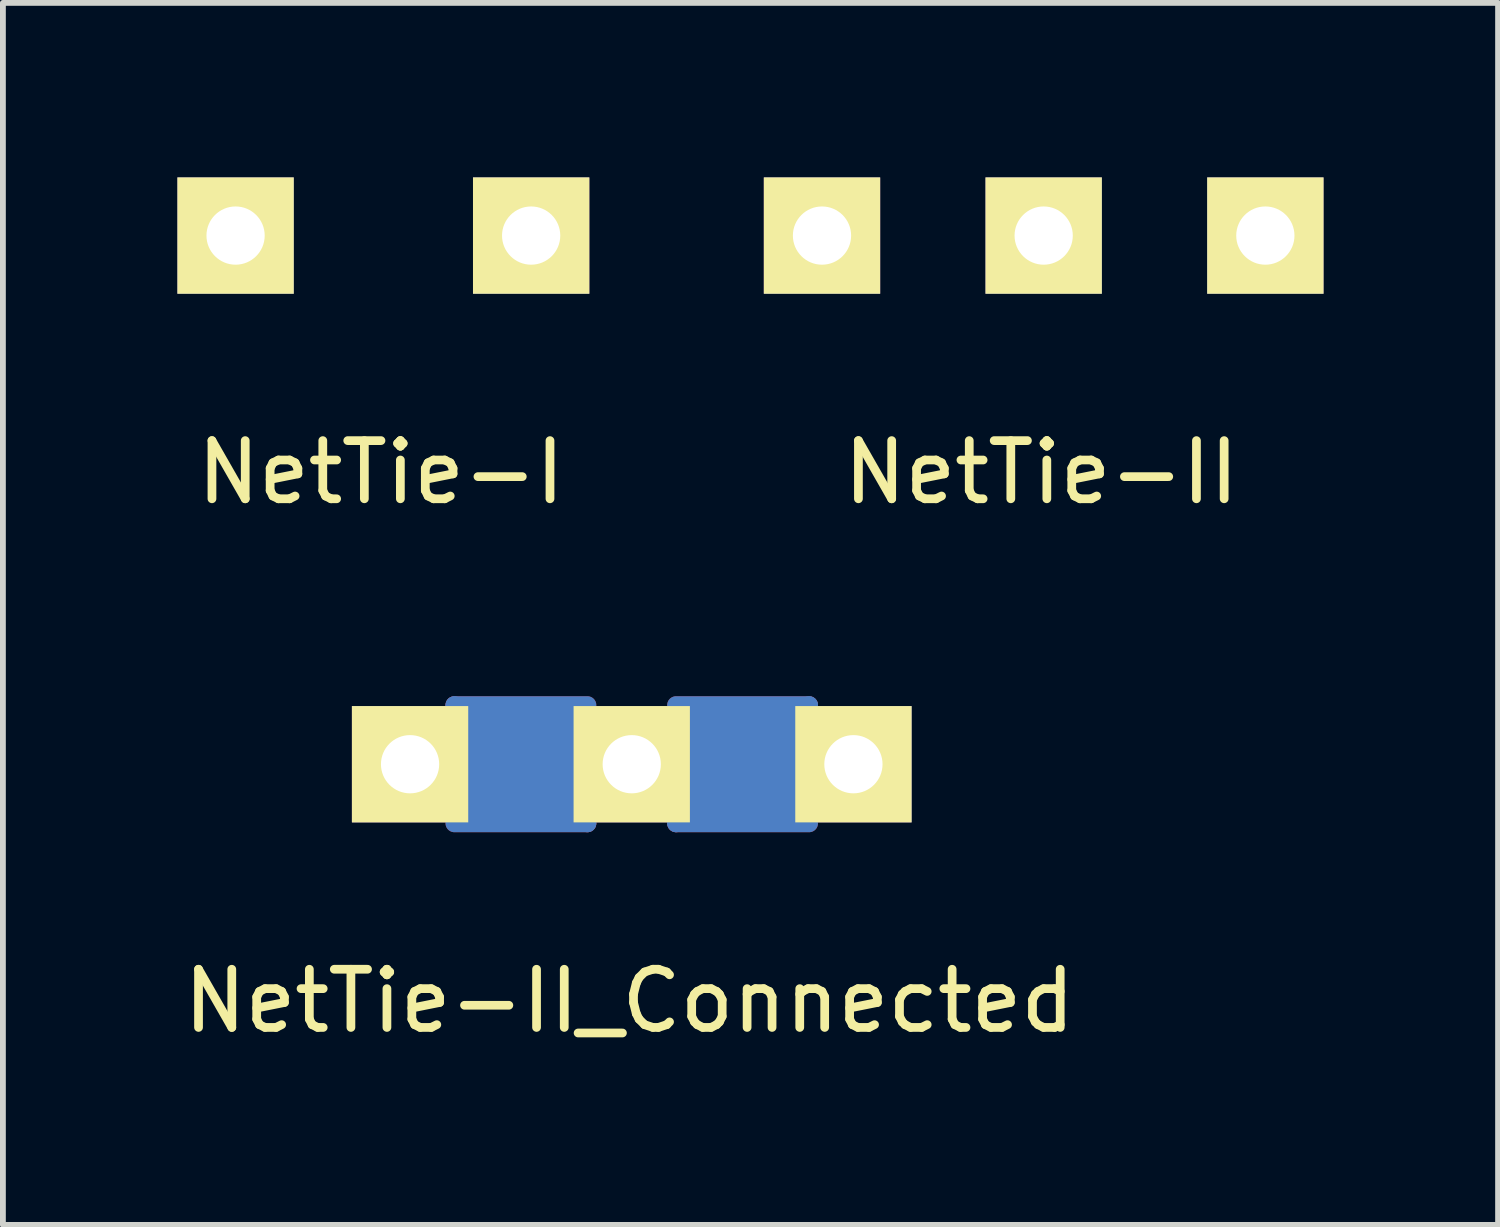
<source format=kicad_pcb>
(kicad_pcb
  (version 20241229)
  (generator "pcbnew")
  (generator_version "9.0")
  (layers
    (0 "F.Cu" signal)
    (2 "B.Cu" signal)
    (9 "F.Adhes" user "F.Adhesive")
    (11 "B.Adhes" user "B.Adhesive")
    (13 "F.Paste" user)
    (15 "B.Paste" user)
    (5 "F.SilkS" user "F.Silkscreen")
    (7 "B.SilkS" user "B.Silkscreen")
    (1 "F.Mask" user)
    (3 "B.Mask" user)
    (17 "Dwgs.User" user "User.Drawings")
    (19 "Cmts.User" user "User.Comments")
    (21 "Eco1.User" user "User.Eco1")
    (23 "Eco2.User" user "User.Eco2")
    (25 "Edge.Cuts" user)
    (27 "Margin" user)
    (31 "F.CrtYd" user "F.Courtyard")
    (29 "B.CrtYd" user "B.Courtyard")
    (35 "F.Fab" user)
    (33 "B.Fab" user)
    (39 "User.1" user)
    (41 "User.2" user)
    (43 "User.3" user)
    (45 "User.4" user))
  (footprint "NetTie-I"
    (layer "F.Cu")
    (at 3.539 0.999)
    (property "Reference" "NetTie-I" (at -0.041 4.069 0) (layer "F.SilkS") (effects (font (size 1 1) (thickness 0.15))))
    (attr through_hole)
    (pad "1" thru_hole rect (at -2.54 0) (size 1.999 1.999) (drill 1.001) (layers "*.Cu" "*.Mask" "F.SilkS"))
    (pad "2" thru_hole rect (at 2.54 0) (size 1.999 1.999) (drill 1.001) (layers "*.Cu" "*.Mask" "F.SilkS")))
  (footprint "NetTie-II"
    (layer "F.Cu")
    (at 14.888 0.999)
    (property "Reference" "NetTie-II" (at -0.041 4.069 0) (layer "F.SilkS") (effects (font (size 1 1) (thickness 0.15))))
    (attr through_hole)
    (pad "1" thru_hole rect (at -3.81 0) (size 1.999 1.999) (drill 1.001) (layers "*.Cu" "*.Mask" "F.SilkS"))
    (pad "2" thru_hole rect (at 0 0) (size 1.999 1.999) (drill 1.001) (layers "*.Cu" "*.Mask" "F.SilkS"))
    (pad "3" thru_hole rect (at 3.81 0) (size 1.999 1.999) (drill 1.001) (layers "*.Cu" "*.Mask" "F.SilkS")))
  (footprint "NetTie-II_Connected"
    (layer "F.Cu")
    (at 7.808 10.085)
    (property "Reference" "NetTie-II_Connected" (at -0.041 4.069 0) (layer "F.SilkS") (effects (font (size 1 1) (thickness 0.15))))
    (attr through_hole)
    (fp_line (start -3.048 -1.016) (end -0.762 -1.016) (stroke (width 0.305) (type solid)) (layer "F.Cu"))
    (fp_line (start -3.048 -0.762) (end -3.048 -1.016) (stroke (width 0.305) (type solid)) (layer "F.Cu"))
    (fp_line (start -3.048 -0.508) (end -0.762 -0.508) (stroke (width 0.305) (type solid)) (layer "F.Cu"))
    (fp_line (start -3.048 -0.254) (end -3.048 -0.508) (stroke (width 0.305) (type solid)) (layer "F.Cu"))
    (fp_line (start -3.048 0) (end -0.762 0) (stroke (width 0.305) (type solid)) (layer "F.Cu"))
    (fp_line (start -3.048 0.254) (end -3.048 0) (stroke (width 0.305) (type solid)) (layer "F.Cu"))
    (fp_line (start -3.048 0.508) (end -0.762 0.508) (stroke (width 0.305) (type solid)) (layer "F.Cu"))
    (fp_line (start -3.048 0.762) (end -3.048 0.508) (stroke (width 0.305) (type solid)) (layer "F.Cu"))
    (fp_line (start -3.048 1.016) (end -0.762 1.016) (stroke (width 0.305) (type solid)) (layer "F.Cu"))
    (fp_line (start -0.762 -0.762) (end -3.048 -0.762) (stroke (width 0.305) (type solid)) (layer "F.Cu"))
    (fp_line (start -0.762 -0.508) (end -0.762 -0.762) (stroke (width 0.305) (type solid)) (layer "F.Cu"))
    (fp_line (start -0.762 -0.254) (end -3.048 -0.254) (stroke (width 0.305) (type solid)) (layer "F.Cu"))
    (fp_line (start -0.762 0) (end -0.762 -0.254) (stroke (width 0.305) (type solid)) (layer "F.Cu"))
    (fp_line (start -0.762 0.254) (end -3.048 0.254) (stroke (width 0.305) (type solid)) (layer "F.Cu"))
    (fp_line (start -0.762 0.508) (end -0.762 0.254) (stroke (width 0.305) (type solid)) (layer "F.Cu"))
    (fp_line (start -0.762 0.762) (end -3.048 0.762) (stroke (width 0.305) (type solid)) (layer "F.Cu"))
    (fp_line (start -0.762 1.016) (end -0.762 0.762) (stroke (width 0.305) (type solid)) (layer "F.Cu"))
    (fp_line (start 0.762 -1.016) (end 3.048 -1.016) (stroke (width 0.305) (type solid)) (layer "F.Cu"))
    (fp_line (start 0.762 -0.762) (end 0.762 -0.508) (stroke (width 0.305) (type solid)) (layer "F.Cu"))
    (fp_line (start 0.762 -0.508) (end 3.048 -0.508) (stroke (width 0.305) (type solid)) (layer "F.Cu"))
    (fp_line (start 0.762 -0.254) (end 0.762 0) (stroke (width 0.305) (type solid)) (layer "F.Cu"))
    (fp_line (start 0.762 0) (end 3.048 0) (stroke (width 0.305) (type solid)) (layer "F.Cu"))
    (fp_line (start 0.762 0.254) (end 0.762 0.508) (stroke (width 0.305) (type solid)) (layer "F.Cu"))
    (fp_line (start 0.762 0.508) (end 3.048 0.508) (stroke (width 0.305) (type solid)) (layer "F.Cu"))
    (fp_line (start 0.762 0.762) (end 0.762 1.016) (stroke (width 0.305) (type solid)) (layer "F.Cu"))
    (fp_line (start 0.762 1.016) (end 3.048 1.016) (stroke (width 0.305) (type solid)) (layer "F.Cu"))
    (fp_line (start 3.048 -1.016) (end 3.048 -0.762) (stroke (width 0.305) (type solid)) (layer "F.Cu"))
    (fp_line (start 3.048 -0.762) (end 0.762 -0.762) (stroke (width 0.305) (type solid)) (layer "F.Cu"))
    (fp_line (start 3.048 -0.508) (end 3.048 -0.254) (stroke (width 0.305) (type solid)) (layer "F.Cu"))
    (fp_line (start 3.048 -0.254) (end 0.762 -0.254) (stroke (width 0.305) (type solid)) (layer "F.Cu"))
    (fp_line (start 3.048 0) (end 3.048 0.254) (stroke (width 0.305) (type solid)) (layer "F.Cu"))
    (fp_line (start 3.048 0.254) (end 0.762 0.254) (stroke (width 0.305) (type solid)) (layer "F.Cu"))
    (fp_line (start 3.048 0.508) (end 3.048 0.762) (stroke (width 0.305) (type solid)) (layer "F.Cu"))
    (fp_line (start 3.048 0.762) (end 0.762 0.762) (stroke (width 0.305) (type solid)) (layer "F.Cu"))
    (fp_line (start -3.048 -1.016) (end -0.762 -1.016) (stroke (width 0.305) (type solid)) (layer "B.Cu"))
    (fp_line (start -3.048 -0.762) (end -3.048 -1.016) (stroke (width 0.305) (type solid)) (layer "B.Cu"))
    (fp_line (start -3.048 -0.508) (end -0.762 -0.508) (stroke (width 0.305) (type solid)) (layer "B.Cu"))
    (fp_line (start -3.048 -0.254) (end -3.048 -0.508) (stroke (width 0.305) (type solid)) (layer "B.Cu"))
    (fp_line (start -3.048 0) (end -0.762 0) (stroke (width 0.305) (type solid)) (layer "B.Cu"))
    (fp_line (start -3.048 0.254) (end -3.048 0) (stroke (width 0.305) (type solid)) (layer "B.Cu"))
    (fp_line (start -3.048 0.508) (end -0.762 0.508) (stroke (width 0.305) (type solid)) (layer "B.Cu"))
    (fp_line (start -3.048 0.762) (end -3.048 0.508) (stroke (width 0.305) (type solid)) (layer "B.Cu"))
    (fp_line (start -3.048 1.016) (end -0.762 1.016) (stroke (width 0.305) (type solid)) (layer "B.Cu"))
    (fp_line (start -0.762 -0.762) (end -3.048 -0.762) (stroke (width 0.305) (type solid)) (layer "B.Cu"))
    (fp_line (start -0.762 -0.508) (end -0.762 -0.762) (stroke (width 0.305) (type solid)) (layer "B.Cu"))
    (fp_line (start -0.762 -0.254) (end -3.048 -0.254) (stroke (width 0.305) (type solid)) (layer "B.Cu"))
    (fp_line (start -0.762 0) (end -0.762 -0.254) (stroke (width 0.305) (type solid)) (layer "B.Cu"))
    (fp_line (start -0.762 0.254) (end -3.048 0.254) (stroke (width 0.305) (type solid)) (layer "B.Cu"))
    (fp_line (start -0.762 0.508) (end -0.762 0.254) (stroke (width 0.305) (type solid)) (layer "B.Cu"))
    (fp_line (start -0.762 0.762) (end -3.048 0.762) (stroke (width 0.305) (type solid)) (layer "B.Cu"))
    (fp_line (start -0.762 1.016) (end -0.762 0.762) (stroke (width 0.305) (type solid)) (layer "B.Cu"))
    (fp_line (start 0.762 -1.016) (end 3.048 -1.016) (stroke (width 0.305) (type solid)) (layer "B.Cu"))
    (fp_line (start 0.762 -0.762) (end 0.762 -0.508) (stroke (width 0.305) (type solid)) (layer "B.Cu"))
    (fp_line (start 0.762 -0.508) (end 3.048 -0.508) (stroke (width 0.305) (type solid)) (layer "B.Cu"))
    (fp_line (start 0.762 -0.254) (end 0.762 0) (stroke (width 0.305) (type solid)) (layer "B.Cu"))
    (fp_line (start 0.762 0) (end 3.048 0) (stroke (width 0.305) (type solid)) (layer "B.Cu"))
    (fp_line (start 0.762 0.254) (end 0.762 0.508) (stroke (width 0.305) (type solid)) (layer "B.Cu"))
    (fp_line (start 0.762 0.508) (end 3.048 0.508) (stroke (width 0.305) (type solid)) (layer "B.Cu"))
    (fp_line (start 0.762 0.762) (end 0.762 1.016) (stroke (width 0.305) (type solid)) (layer "B.Cu"))
    (fp_line (start 0.762 1.016) (end 3.048 1.016) (stroke (width 0.305) (type solid)) (layer "B.Cu"))
    (fp_line (start 3.048 -1.016) (end 3.048 -0.762) (stroke (width 0.305) (type solid)) (layer "B.Cu"))
    (fp_line (start 3.048 -0.762) (end 0.762 -0.762) (stroke (width 0.305) (type solid)) (layer "B.Cu"))
    (fp_line (start 3.048 -0.508) (end 3.048 -0.254) (stroke (width 0.305) (type solid)) (layer "B.Cu"))
    (fp_line (start 3.048 -0.254) (end 0.762 -0.254) (stroke (width 0.305) (type solid)) (layer "B.Cu"))
    (fp_line (start 3.048 0) (end 3.048 0.254) (stroke (width 0.305) (type solid)) (layer "B.Cu"))
    (fp_line (start 3.048 0.254) (end 0.762 0.254) (stroke (width 0.305) (type solid)) (layer "B.Cu"))
    (fp_line (start 3.048 0.508) (end 3.048 0.762) (stroke (width 0.305) (type solid)) (layer "B.Cu"))
    (fp_line (start 3.048 0.762) (end 0.762 0.762) (stroke (width 0.305) (type solid)) (layer "B.Cu"))
    (pad "1" thru_hole rect (at -3.81 0) (size 1.999 1.999) (drill 1.001) (layers "*.Cu" "*.Mask" "F.SilkS"))
    (pad "2" thru_hole rect (at 0 0) (size 1.999 1.999) (drill 1.001) (layers "*.Cu" "*.Mask" "F.SilkS"))
    (pad "3" thru_hole rect (at 3.81 0) (size 1.999 1.999) (drill 1.001) (layers "*.Cu" "*.Mask" "F.SilkS")))
  (gr_rect
    (start -3 -3)
    (end 22.698 18.003)
    (stroke (width 0.1) (type default))
    (fill no)
    (layer "Edge.Cuts")))
</source>
